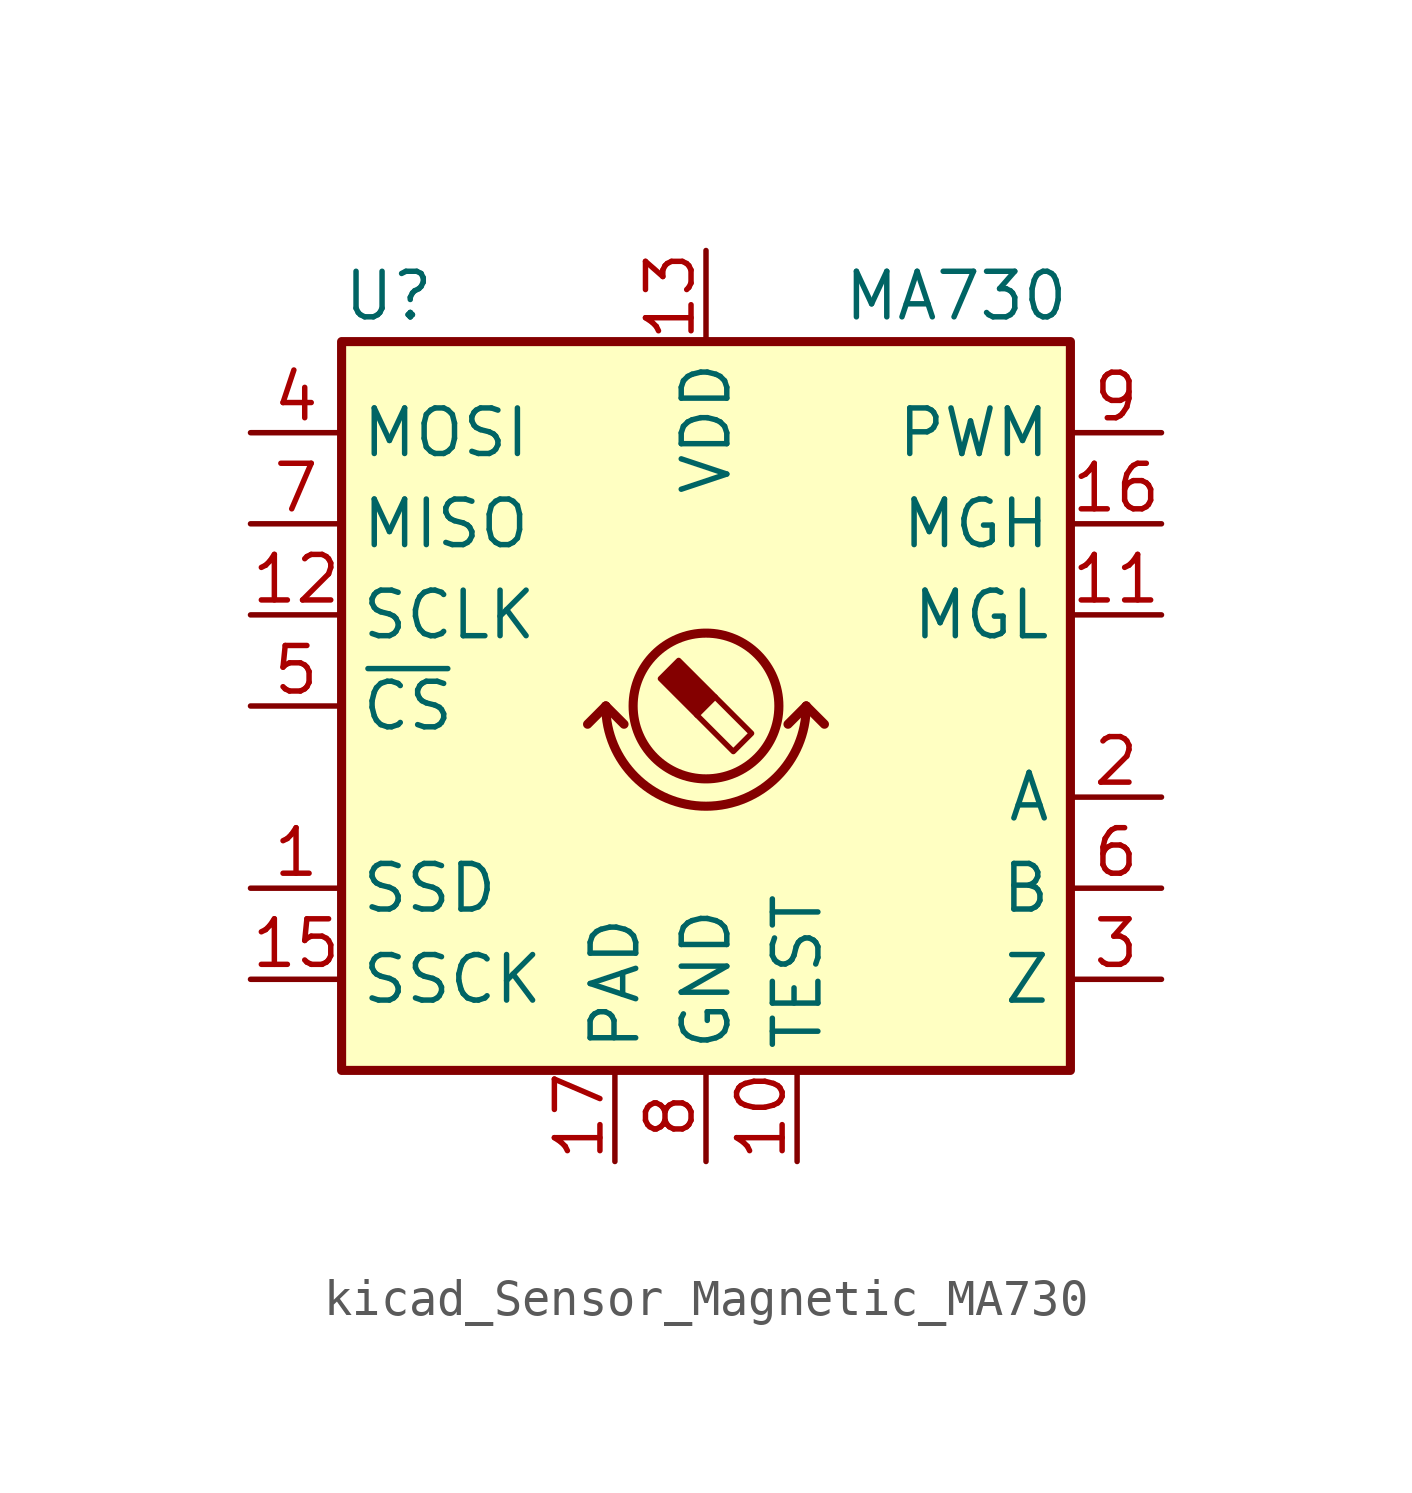
<source format=kicad_sym>
(kicad_symbol_lib
  (version 20220914)
  (generator kicad_symbol_editor)
  (symbol "kicad_Sensor_Magnetic_MA730"
    (property "Reference" "U"
      (at -10.16 11.43 0)
      (effects (font (size 1.27 1.27)) (justify left)))
    (property "Value" "MA730"
      (at 10.16 11.43 0)
      (effects (font (size 1.27 1.27)) (justify right)))
    (symbol "kicad_Sensor_Magnetic_MA730_0_1"
      (rectangle (start -10.16 10.16) (end 10.16 -10.16) (stroke (width 0.254) (type default)) (fill (type background)))
      (arc (start -2.794 0) (mid 0 -2.7819) (end 2.794 0) (stroke (width 0.254) (type default)) (fill (type none)))
      (polyline (pts (xy -2.794 0) (xy -3.302 -0.508)) (stroke (width 0.254) (type default)) (fill (type none)))
      (polyline (pts (xy -2.794 0) (xy -2.286 -0.508)) (stroke (width 0.254) (type default)) (fill (type none)))
      (polyline (pts (xy 2.794 0) (xy 2.286 -0.508)) (stroke (width 0.254) (type default)) (fill (type none)))
      (polyline (pts (xy 2.794 0) (xy 3.302 -0.508)) (stroke (width 0.254) (type default)) (fill (type none))))
    (symbol "kicad_Sensor_Magnetic_MA730_1_1"
      (polyline (pts (xy 0.254 0.254) (xy 1.27 -0.762) (xy 0.762 -1.27) (xy -0.254 -0.254)) (stroke (width 0) (type default)) (fill (type none)))
      (polyline (pts (xy -0.762 1.27) (xy 0.254 0.254) (xy -0.254 -0.254) (xy -1.27 0.762) (xy -1.016 1.016) (xy -0.762 1.27) (xy -0.635 1.143)) (stroke (width 0) (type default)) (fill (type outline)))
      (circle (center 0 0) (radius 2.032) (stroke (width 0.254) (type default)) (fill (type none)))
      (pin output line (at -12.7 -5.08 0) (length 2.54) (name "SSD" (effects (font (size 1.27 1.27)))) (number "1" (effects (font (size 1.27 1.27)))))
      (pin passive line (at 2.54 -12.7 90) (length 2.54) (name "TEST" (effects (font (size 1.27 1.27)))) (number "10" (effects (font (size 1.27 1.27)))))
      (pin output line (at 12.7 2.54 180) (length 2.54) (name "MGL" (effects (font (size 1.27 1.27)))) (number "11" (effects (font (size 1.27 1.27)))))
      (pin input line (at -12.7 2.54 0) (length 2.54) (name "SCLK" (effects (font (size 1.27 1.27)))) (number "12" (effects (font (size 1.27 1.27)))))
      (pin power_in line (at 0 12.7 270) (length 2.54) (name "VDD" (effects (font (size 1.27 1.27)))) (number "13" (effects (font (size 1.27 1.27)))))
      (pin no_connect line (at 5.08 -10.16 90) (length 2.54) hide (name "NC" (effects (font (size 1.27 1.27)))) (number "14" (effects (font (size 1.27 1.27)))))
      (pin input line (at -12.7 -7.62 0) (length 2.54) (name "SSCK" (effects (font (size 1.27 1.27)))) (number "15" (effects (font (size 1.27 1.27)))))
      (pin output line (at 12.7 5.08 180) (length 2.54) (name "MGH" (effects (font (size 1.27 1.27)))) (number "16" (effects (font (size 1.27 1.27)))))
      (pin input line (at -2.54 -12.7 90) (length 2.54) (name "PAD" (effects (font (size 1.27 1.27)))) (number "17" (effects (font (size 1.27 1.27)))))
      (pin output line (at 12.7 -2.54 180) (length 2.54) (name "A" (effects (font (size 1.27 1.27)))) (number "2" (effects (font (size 1.27 1.27)))))
      (pin output line (at 12.7 -7.62 180) (length 2.54) (name "Z" (effects (font (size 1.27 1.27)))) (number "3" (effects (font (size 1.27 1.27)))))
      (pin input line (at -12.7 7.62 0) (length 2.54) (name "MOSI" (effects (font (size 1.27 1.27)))) (number "4" (effects (font (size 1.27 1.27)))))
      (pin input line (at -12.7 0 0) (length 2.54) (name "~{CS}" (effects (font (size 1.27 1.27)))) (number "5" (effects (font (size 1.27 1.27)))))
      (pin output line (at 12.7 -5.08 180) (length 2.54) (name "B" (effects (font (size 1.27 1.27)))) (number "6" (effects (font (size 1.27 1.27)))))
      (pin output line (at -12.7 5.08 0) (length 2.54) (name "MISO" (effects (font (size 1.27 1.27)))) (number "7" (effects (font (size 1.27 1.27)))))
      (pin power_in line (at 0 -12.7 90) (length 2.54) (name "GND" (effects (font (size 1.27 1.27)))) (number "8" (effects (font (size 1.27 1.27)))))
      (pin output line (at 12.7 7.62 180) (length 2.54) (name "PWM" (effects (font (size 1.27 1.27)))) (number "9" (effects (font (size 1.27 1.27))))))))
</source>
